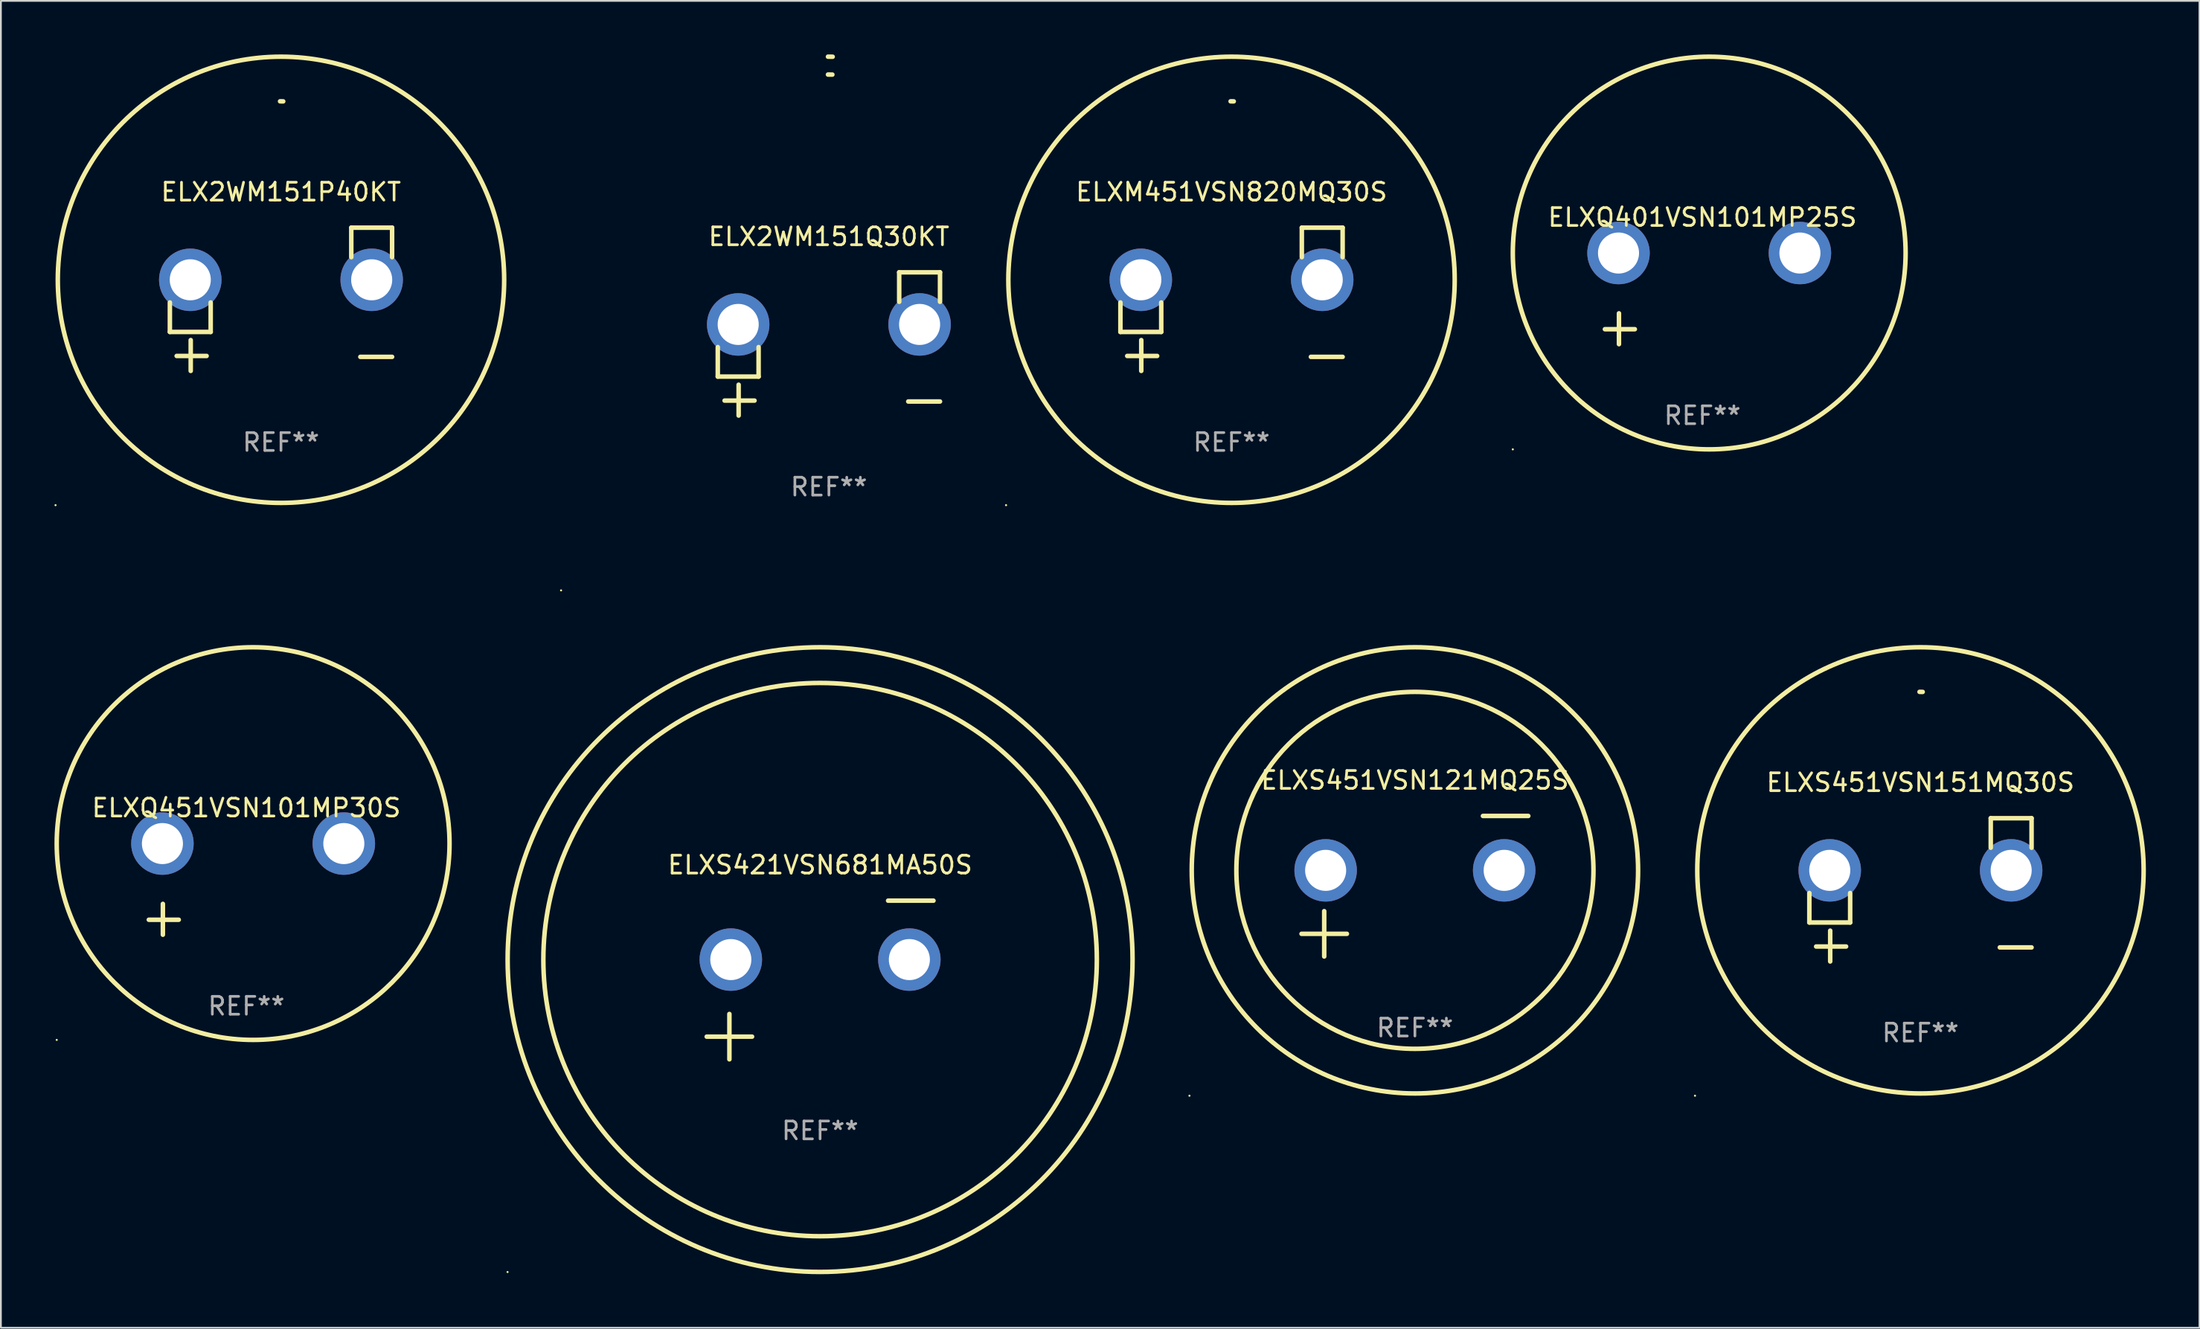
<source format=kicad_pcb>
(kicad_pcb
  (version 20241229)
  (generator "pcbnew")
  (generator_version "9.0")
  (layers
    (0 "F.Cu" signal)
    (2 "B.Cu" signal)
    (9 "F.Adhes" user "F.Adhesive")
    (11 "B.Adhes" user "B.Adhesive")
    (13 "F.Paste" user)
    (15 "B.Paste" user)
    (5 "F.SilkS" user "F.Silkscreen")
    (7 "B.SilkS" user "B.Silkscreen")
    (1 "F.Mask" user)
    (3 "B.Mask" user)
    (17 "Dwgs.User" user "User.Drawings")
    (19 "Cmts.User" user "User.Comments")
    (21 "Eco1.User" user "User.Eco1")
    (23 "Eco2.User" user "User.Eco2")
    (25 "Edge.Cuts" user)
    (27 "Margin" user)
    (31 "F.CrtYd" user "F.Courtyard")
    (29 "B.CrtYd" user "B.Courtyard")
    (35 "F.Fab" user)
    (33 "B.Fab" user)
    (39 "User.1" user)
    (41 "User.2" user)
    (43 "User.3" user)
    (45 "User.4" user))
  (footprint "ELX2WM151P40KT"
    (layer "F.Cu")
    (at 12.687 13.719)
    (property "Reference" "ELX2WM151P40KT" (at 0 -6.013 0) (layer "F.SilkS") (effects (font (size 1 1) (thickness 0.15))))
    (attr through_hole)
    (fp_line (start -6.223 0.178) (end -6.223 1.829) (stroke (width 0.254) (type solid)) (layer "F.SilkS"))
    (fp_line (start -6.223 1.829) (end -3.937 1.829) (stroke (width 0.254) (type solid)) (layer "F.SilkS"))
    (fp_line (start -5.055 4.013) (end -5.055 2.286) (stroke (width 0.254) (type solid)) (layer "F.SilkS"))
    (fp_line (start -4.166 3.175) (end -5.842 3.175) (stroke (width 0.254) (type solid)) (layer "F.SilkS"))
    (fp_line (start -3.937 1.829) (end -3.937 0.178) (stroke (width 0.254) (type solid)) (layer "F.SilkS"))
    (fp_line (start 3.937 -4.013) (end 3.937 -2.362) (stroke (width 0.254) (type solid)) (layer "F.SilkS"))
    (fp_line (start 6.223 -4.013) (end 3.937 -4.013) (stroke (width 0.254) (type solid)) (layer "F.SilkS"))
    (fp_line (start 6.223 -2.362) (end 6.223 -4.013) (stroke (width 0.254) (type solid)) (layer "F.SilkS"))
    (fp_line (start 6.223 3.226) (end 4.445 3.226) (stroke (width 0.254) (type solid)) (layer "F.SilkS"))
    (fp_arc (start -0.0508 -11.092202) (mid 0.036835 -11.091307) (end 0.12446 -11.089662) (stroke (width 0.254001) (type solid)) (layer "F.SilkS"))
    (fp_circle (center -12.627 11.535) (end -12.597 11.535) (stroke (width 0.06) (type solid)) (fill no) (layer "F.SilkS"))
    (fp_circle (center 0 -1.092) (end 12.5 -1.092) (stroke (width 0.254) (type solid)) (fill no) (layer "F.SilkS"))
    (fp_text user "REF**" (at 0 8.013 0) (layer "F.Fab") (effects (font (size 1 1) (thickness 0.15))))
    (pad "1" thru_hole circle (at -5.08 -1.092) (size 3.5 3.5) (drill 2.3) (layers "*.Cu" "*.Mask"))
    (pad "2" thru_hole circle (at 5.08 -1.092) (size 3.5 3.5) (drill 2.3) (layers "*.Cu" "*.Mask")))
  (footprint "ELXS451VSN151MQ30S"
    (layer "F.Cu")
    (at 104.509 46.807)
    (property "Reference" "ELXS451VSN151MQ30S" (at 0 -6.013 0) (layer "F.SilkS") (effects (font (size 1 1) (thickness 0.15))))
    (attr through_hole)
    (fp_line (start -6.223 0.178) (end -6.223 1.829) (stroke (width 0.254) (type solid)) (layer "F.SilkS"))
    (fp_line (start -6.223 1.829) (end -3.937 1.829) (stroke (width 0.254) (type solid)) (layer "F.SilkS"))
    (fp_line (start -5.055 4.013) (end -5.055 2.286) (stroke (width 0.254) (type solid)) (layer "F.SilkS"))
    (fp_line (start -4.166 3.175) (end -5.842 3.175) (stroke (width 0.254) (type solid)) (layer "F.SilkS"))
    (fp_line (start -3.937 1.829) (end -3.937 0.178) (stroke (width 0.254) (type solid)) (layer "F.SilkS"))
    (fp_line (start 3.937 -4.013) (end 3.937 -2.362) (stroke (width 0.254) (type solid)) (layer "F.SilkS"))
    (fp_line (start 6.223 -4.013) (end 3.937 -4.013) (stroke (width 0.254) (type solid)) (layer "F.SilkS"))
    (fp_line (start 6.223 -2.362) (end 6.223 -4.013) (stroke (width 0.254) (type solid)) (layer "F.SilkS"))
    (fp_line (start 6.223 3.226) (end 4.445 3.226) (stroke (width 0.254) (type solid)) (layer "F.SilkS"))
    (fp_arc (start -0.0508 -11.092202) (mid 0.036835 -11.091307) (end 0.12446 -11.089662) (stroke (width 0.254001) (type solid)) (layer "F.SilkS"))
    (fp_circle (center -12.627 11.535) (end -12.597 11.535) (stroke (width 0.06) (type solid)) (fill no) (layer "F.SilkS"))
    (fp_circle (center 0 -1.092) (end 12.5 -1.092) (stroke (width 0.254) (type solid)) (fill no) (layer "F.SilkS"))
    (fp_text user "REF**" (at 0 8.013 0) (layer "F.Fab") (effects (font (size 1 1) (thickness 0.15))))
    (pad "1" thru_hole circle (at -5.08 -1.092) (size 3.5 3.5) (drill 2.3) (layers "*.Cu" "*.Mask"))
    (pad "2" thru_hole circle (at 5.08 -1.092) (size 3.5 3.5) (drill 2.3) (layers "*.Cu" "*.Mask")))
  (footprint "ELXS451VSN121MQ25S"
    (layer "F.Cu")
    (at 76.195 46.604)
    (property "Reference" "ELXS451VSN121MQ25S" (at 0 -5.937 0) (layer "F.SilkS") (effects (font (size 1 1) (thickness 0.15))))
    (attr through_hole)
    (fp_line (start -6.35 2.667) (end -3.81 2.667) (stroke (width 0.254) (type solid)) (layer "F.SilkS"))
    (fp_line (start -5.08 1.397) (end -5.08 3.937) (stroke (width 0.254) (type solid)) (layer "F.SilkS"))
    (fp_line (start 3.81 -3.937) (end 6.35 -3.937) (stroke (width 0.254) (type solid)) (layer "F.SilkS"))
    (fp_circle (center -12.627 11.738) (end -12.597 11.738) (stroke (width 0.06) (type solid)) (fill no) (layer "F.SilkS"))
    (fp_circle (center 0 -0.889) (end 10 -0.889) (stroke (width 0.254) (type solid)) (fill no) (layer "F.SilkS"))
    (fp_circle (center 0 -0.889) (end 12.5 -0.889) (stroke (width 0.254) (type solid)) (fill no) (layer "F.SilkS"))
    (fp_text user "REF**" (at 0 7.937 0) (layer "F.Fab") (effects (font (size 1 1) (thickness 0.15))))
    (pad "1" thru_hole circle (at -5 -0.889) (size 3.5 3.5) (drill 2.3) (layers "*.Cu" "*.Mask"))
    (pad "2" thru_hole circle (at 5 -0.889) (size 3.5 3.5) (drill 2.3) (layers "*.Cu" "*.Mask")))
  (footprint "ELXM451VSN820MQ30S"
    (layer "F.Cu")
    (at 65.924 13.719)
    (property "Reference" "ELXM451VSN820MQ30S" (at 0 -6.013 0) (layer "F.SilkS") (effects (font (size 1 1) (thickness 0.15))))
    (attr through_hole)
    (fp_line (start -6.223 0.178) (end -6.223 1.829) (stroke (width 0.254) (type solid)) (layer "F.SilkS"))
    (fp_line (start -6.223 1.829) (end -3.937 1.829) (stroke (width 0.254) (type solid)) (layer "F.SilkS"))
    (fp_line (start -5.055 4.013) (end -5.055 2.286) (stroke (width 0.254) (type solid)) (layer "F.SilkS"))
    (fp_line (start -4.166 3.175) (end -5.842 3.175) (stroke (width 0.254) (type solid)) (layer "F.SilkS"))
    (fp_line (start -3.937 1.829) (end -3.937 0.178) (stroke (width 0.254) (type solid)) (layer "F.SilkS"))
    (fp_line (start 3.937 -4.013) (end 3.937 -2.362) (stroke (width 0.254) (type solid)) (layer "F.SilkS"))
    (fp_line (start 6.223 -4.013) (end 3.937 -4.013) (stroke (width 0.254) (type solid)) (layer "F.SilkS"))
    (fp_line (start 6.223 -2.362) (end 6.223 -4.013) (stroke (width 0.254) (type solid)) (layer "F.SilkS"))
    (fp_line (start 6.223 3.226) (end 4.445 3.226) (stroke (width 0.254) (type solid)) (layer "F.SilkS"))
    (fp_arc (start -0.0508 -11.092202) (mid 0.036835 -11.091307) (end 0.12446 -11.089662) (stroke (width 0.254001) (type solid)) (layer "F.SilkS"))
    (fp_circle (center -12.627 11.535) (end -12.597 11.535) (stroke (width 0.06) (type solid)) (fill no) (layer "F.SilkS"))
    (fp_circle (center 0 -1.092) (end 12.5 -1.092) (stroke (width 0.254) (type solid)) (fill no) (layer "F.SilkS"))
    (fp_text user "REF**" (at 0 8.013 0) (layer "F.Fab") (effects (font (size 1 1) (thickness 0.15))))
    (pad "1" thru_hole circle (at -5.08 -1.092) (size 3.5 3.5) (drill 2.3) (layers "*.Cu" "*.Mask"))
    (pad "2" thru_hole circle (at 5.08 -1.092) (size 3.5 3.5) (drill 2.3) (layers "*.Cu" "*.Mask")))
  (footprint "ELXQ401VSN101MP25S"
    (layer "F.Cu")
    (at 92.297 13.68)
    (property "Reference" "ELXQ401VSN101MP25S" (at 0 -4.553 0) (layer "F.SilkS") (effects (font (size 1 1) (thickness 0.15))))
    (attr through_hole)
    (fp_line (start -4.674 2.553) (end -4.674 0.826) (stroke (width 0.254) (type solid)) (layer "F.SilkS"))
    (fp_line (start -3.785 1.715) (end -5.461 1.715) (stroke (width 0.254) (type solid)) (layer "F.SilkS"))
    (fp_circle (center -10.619 8.447) (end -10.589 8.447) (stroke (width 0.06) (type solid)) (fill no) (layer "F.SilkS"))
    (fp_circle (center 0.381 -2.553) (end 11.381 -2.553) (stroke (width 0.254) (type solid)) (fill no) (layer "F.SilkS"))
    (fp_text user "REF**" (at 0 6.553 0) (layer "F.Fab") (effects (font (size 1 1) (thickness 0.15))))
    (pad "1" thru_hole circle (at -4.699 -2.553) (size 3.5 3.5) (drill 2.3) (layers "*.Cu" "*.Mask"))
    (pad "2" thru_hole circle (at 5.461 -2.553) (size 3.5 3.5) (drill 2.3) (layers "*.Cu" "*.Mask")))
  (footprint "ELXQ451VSN101MP30S"
    (layer "F.Cu")
    (at 10.746 46.768)
    (property "Reference" "ELXQ451VSN101MP30S" (at 0 -4.553 0) (layer "F.SilkS") (effects (font (size 1 1) (thickness 0.15))))
    (attr through_hole)
    (fp_line (start -4.674 2.553) (end -4.674 0.826) (stroke (width 0.254) (type solid)) (layer "F.SilkS"))
    (fp_line (start -3.785 1.715) (end -5.461 1.715) (stroke (width 0.254) (type solid)) (layer "F.SilkS"))
    (fp_circle (center -10.619 8.447) (end -10.589 8.447) (stroke (width 0.06) (type solid)) (fill no) (layer "F.SilkS"))
    (fp_circle (center 0.381 -2.553) (end 11.381 -2.553) (stroke (width 0.254) (type solid)) (fill no) (layer "F.SilkS"))
    (fp_text user "REF**" (at 0 6.553 0) (layer "F.Fab") (effects (font (size 1 1) (thickness 0.15))))
    (pad "1" thru_hole circle (at -4.699 -2.553) (size 3.5 3.5) (drill 2.3) (layers "*.Cu" "*.Mask"))
    (pad "2" thru_hole circle (at 5.461 -2.553) (size 3.5 3.5) (drill 2.3) (layers "*.Cu" "*.Mask")))
  (footprint "ELXS421VSN681MA50S"
    (layer "F.Cu")
    (at 42.881 51.858)
    (property "Reference" "ELXS421VSN681MA50S" (at 0 -6.445 0) (layer "F.SilkS") (effects (font (size 1 1) (thickness 0.15))))
    (attr through_hole)
    (fp_line (start -6.35 3.175) (end -3.81 3.175) (stroke (width 0.254) (type solid)) (layer "F.SilkS"))
    (fp_line (start -5.08 1.905) (end -5.08 4.445) (stroke (width 0.254) (type solid)) (layer "F.SilkS"))
    (fp_line (start 3.81 -4.445) (end 6.35 -4.445) (stroke (width 0.254) (type solid)) (layer "F.SilkS"))
    (fp_circle (center -17.505 16.362) (end -17.475 16.362) (stroke (width 0.06) (type solid)) (fill no) (layer "F.SilkS"))
    (fp_circle (center 0 -1.143) (end 15.5 -1.143) (stroke (width 0.254) (type solid)) (fill no) (layer "F.SilkS"))
    (fp_circle (center 0 -1.143) (end 17.5 -1.143) (stroke (width 0.254) (type solid)) (fill no) (layer "F.SilkS"))
    (fp_text user "REF**" (at 0 8.445 0) (layer "F.Fab") (effects (font (size 1 1) (thickness 0.15))))
    (pad "1" thru_hole circle (at -5 -1.143) (size 3.5 3.5) (drill 2.3) (layers "*.Cu" "*.Mask"))
    (pad "2" thru_hole circle (at 5 -1.143) (size 3.5 3.5) (drill 2.3) (layers "*.Cu" "*.Mask")))
  (footprint "ELX2WM151Q30KT"
    (layer "F.Cu")
    (at 43.374 16.22)
    (property "Reference" "ELX2WM151Q30KT" (at 0 -6.013 0) (layer "F.SilkS") (effects (font (size 1 1) (thickness 0.15))))
    (attr through_hole)
    (fp_line (start -6.223 0.178) (end -6.223 1.829) (stroke (width 0.254) (type solid)) (layer "F.SilkS"))
    (fp_line (start -6.223 1.829) (end -3.937 1.829) (stroke (width 0.254) (type solid)) (layer "F.SilkS"))
    (fp_line (start -5.055 4.013) (end -5.055 2.286) (stroke (width 0.254) (type solid)) (layer "F.SilkS"))
    (fp_line (start -4.166 3.175) (end -5.842 3.175) (stroke (width 0.254) (type solid)) (layer "F.SilkS"))
    (fp_line (start -3.937 1.829) (end -3.937 0.178) (stroke (width 0.254) (type solid)) (layer "F.SilkS"))
    (fp_line (start 3.937 -4.013) (end 3.937 -2.362) (stroke (width 0.254) (type solid)) (layer "F.SilkS"))
    (fp_line (start 6.223 -4.013) (end 3.937 -4.013) (stroke (width 0.254) (type solid)) (layer "F.SilkS"))
    (fp_line (start 6.223 -2.362) (end 6.223 -4.013) (stroke (width 0.254) (type solid)) (layer "F.SilkS"))
    (fp_line (start 6.223 3.226) (end 4.445 3.226) (stroke (width 0.254) (type solid)) (layer "F.SilkS"))
    (fp_arc (start -0.0508 -16.093472) (mid 0.080016 -16.092762) (end 0.210821 -16.090932) (stroke (width 0.254001) (type solid)) (layer "F.SilkS"))
    (fp_arc (start -0.0508 -15.09271) (mid 0.071125 -15.091961) (end 0.19304 -15.09017) (stroke (width 0.254001) (type solid)) (layer "F.SilkS"))
    (fp_circle (center -15 13.808) (end -14.97 13.808) (stroke (width 0.06) (type solid)) (fill no) (layer "F.SilkS"))
    (fp_text user "REF**" (at 0 8.013 0) (layer "F.Fab") (effects (font (size 1 1) (thickness 0.15))))
    (pad "1" thru_hole circle (at -5.08 -1.092) (size 3.5 3.5) (drill 2.3) (layers "*.Cu" "*.Mask"))
    (pad "2" thru_hole circle (at 5.08 -1.092) (size 3.5 3.5) (drill 2.3) (layers "*.Cu" "*.Mask")))
  (gr_rect
    (start -3 -3)
    (end 120.136 71.343)
    (stroke (width 0.1) (type default))
    (fill no)
    (layer "Edge.Cuts")))
</source>
